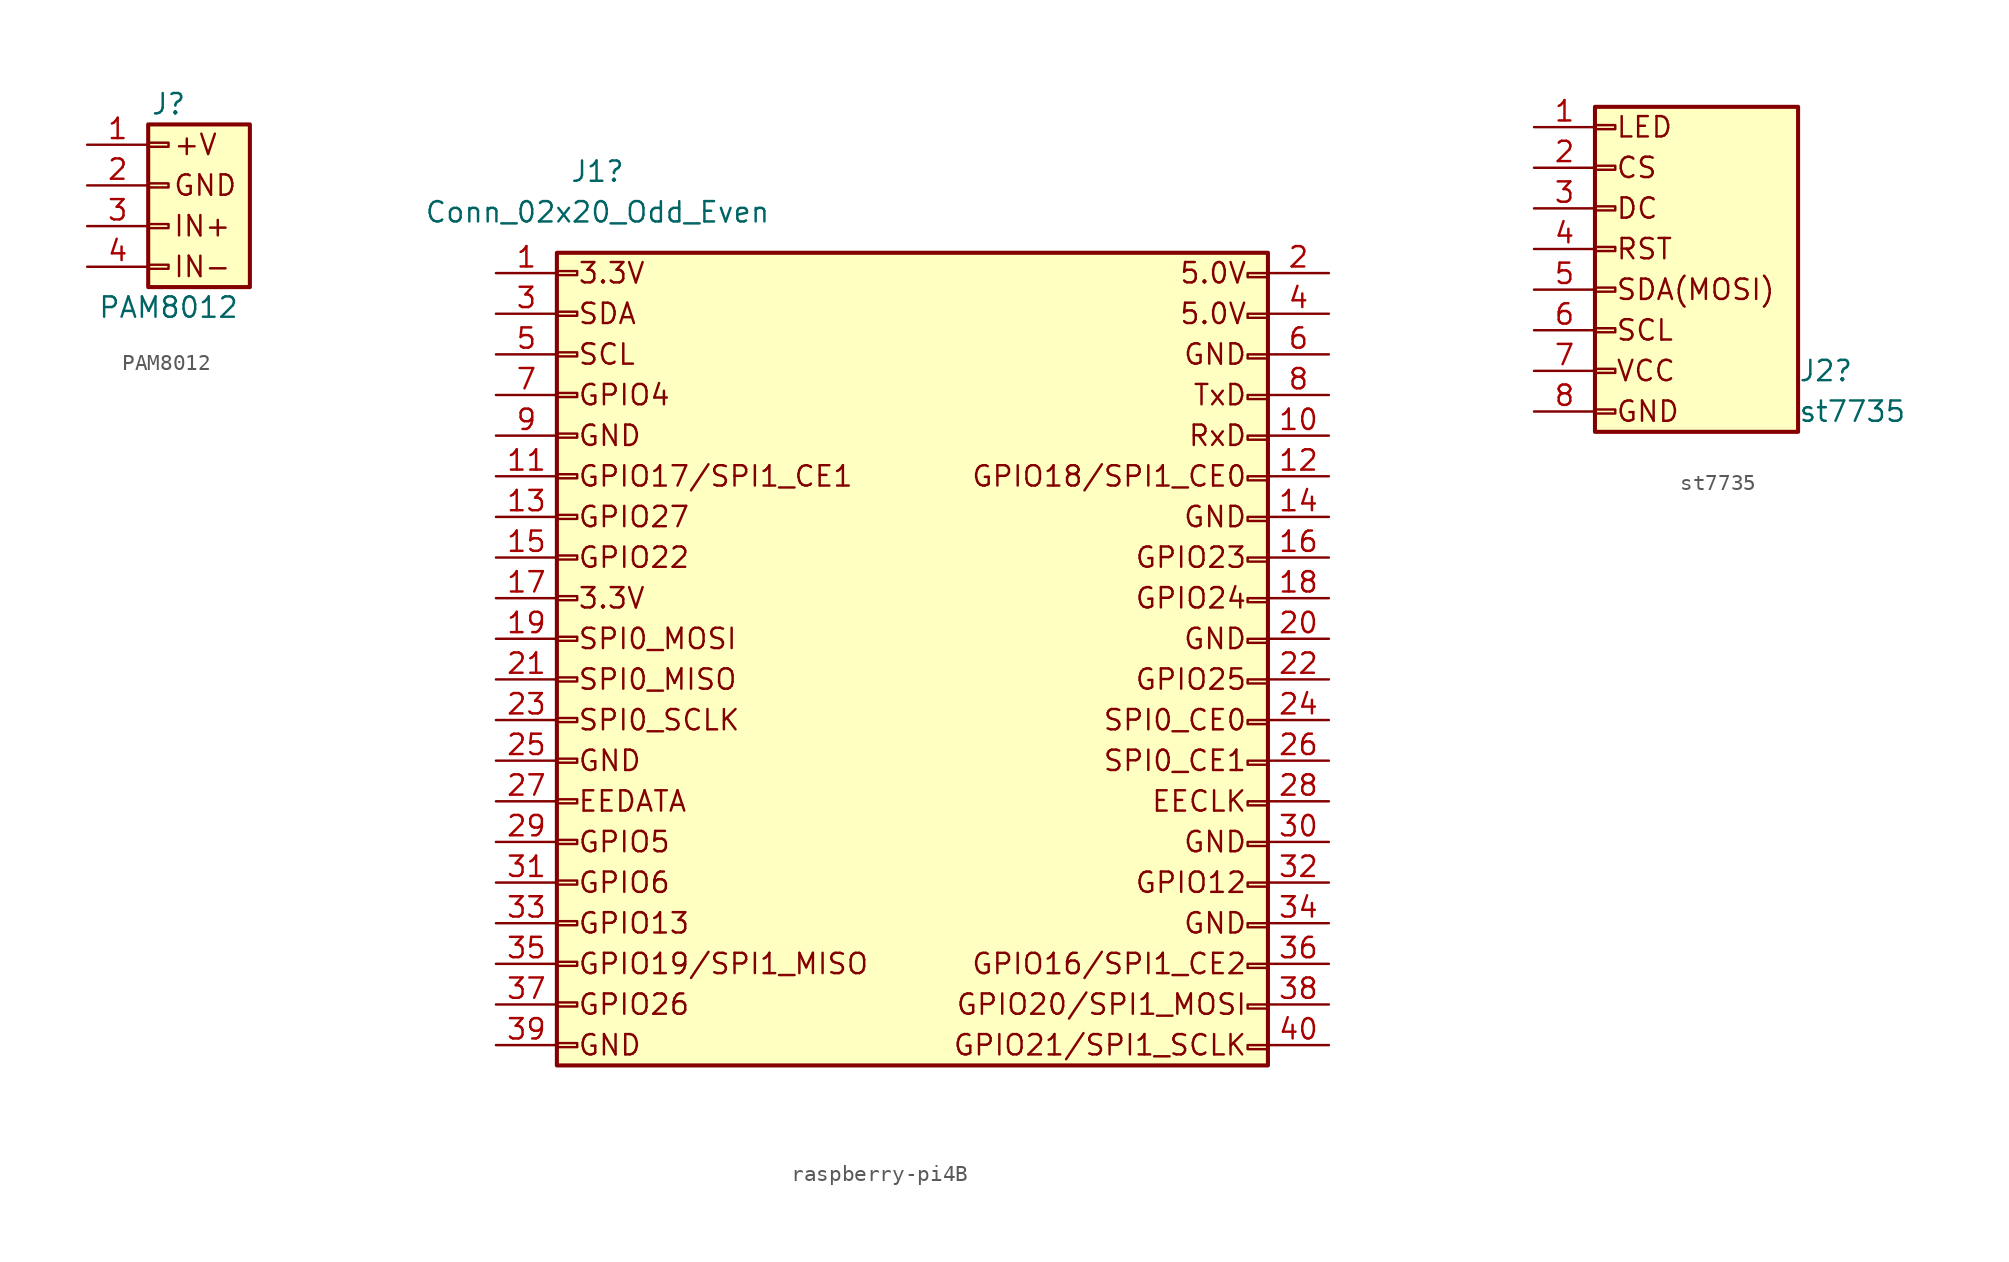
<source format=kicad_sym>
(kicad_symbol_lib
  (version 20231120)
  (generator "kicad_symbol_editor")
  (generator_version "8.0")
  (symbol "PAM8012"
    (pin_names
      (offset 1.016) hide)
    (property "Reference" "J"
      (at 0 5.08 0)
      (effects (font (size 1.27 1.27))))
    (property "Value" "PAM8012"
      (at 0 -7.62 0)
      (effects (font (size 1.27 1.27))))
    (symbol "PAM8012_1_0"
      (text "IN+" (at 0.254 -2.54 0) (effects (font (size 1.27 1.27)) (justify left))))
    (symbol "PAM8012_1_1"
      (rectangle (start -1.27 -4.953) (end 0 -5.207) (stroke (width 0.152) (type default)) (fill (type none)))
      (rectangle (start -1.27 -2.413) (end 0 -2.667) (stroke (width 0.152) (type default)) (fill (type none)))
      (rectangle (start -1.27 0.127) (end 0 -0.127) (stroke (width 0.152) (type default)) (fill (type none)))
      (rectangle (start -1.27 2.667) (end 0 2.413) (stroke (width 0.152) (type default)) (fill (type none)))
      (rectangle (start -1.27 3.81) (end 5.08 -6.35) (stroke (width 0.254) (type default)) (fill (type background)))
      (text "+V" (at 0.254 2.54 0) (effects (font (size 1.27 1.27)) (justify left)))
      (text "GND" (at 0.254 0 0) (effects (font (size 1.27 1.27)) (justify left)))
      (text "IN-" (at 0.254 -5.08 0) (effects (font (size 1.27 1.27)) (justify left)))
      (pin passive line (at -5.08 2.54 0) (length 3.81) (name "Pin_1" (effects (font (size 1.27 1.27)))) (number "1" (effects (font (size 1.27 1.27)))))
      (pin power_in line (at -5.08 0 0) (length 3.81) (name "Pin_2" (effects (font (size 1.27 1.27)))) (number "2" (effects (font (size 1.27 1.27)))))
      (pin passive line (at -5.08 -2.54 0) (length 3.81) (name "Pin_3" (effects (font (size 1.27 1.27)))) (number "3" (effects (font (size 1.27 1.27)))))
      (pin passive line (at -5.08 -5.08 0) (length 3.81) (name "Pin_4" (effects (font (size 1.27 1.27)))) (number "4" (effects (font (size 1.27 1.27)))))))
  (symbol "raspberry-pi4B"
    (pin_names
      (offset 1.016) hide)
    (property "Reference" "J1"
      (at 1.27 29.21 0)
      (effects (font (size 1.27 1.27))))
    (property "Value" "Conn_02x20_Odd_Even"
      (at 1.27 26.67 0)
      (effects (font (size 1.27 1.27))))
    (symbol "raspberry-pi4B_1_1"
      (rectangle (start -1.27 -25.273) (end 0 -25.527) (stroke (width 0.152) (type default)) (fill (type none)))
      (rectangle (start -1.27 -22.733) (end 0 -22.987) (stroke (width 0.152) (type default)) (fill (type none)))
      (rectangle (start -1.27 -20.193) (end 0 -20.447) (stroke (width 0.152) (type default)) (fill (type none)))
      (rectangle (start -1.27 -17.653) (end 0 -17.907) (stroke (width 0.152) (type default)) (fill (type none)))
      (rectangle (start -1.27 -15.113) (end 0 -15.367) (stroke (width 0.152) (type default)) (fill (type none)))
      (rectangle (start -1.27 -12.573) (end 0 -12.827) (stroke (width 0.152) (type default)) (fill (type none)))
      (rectangle (start -1.27 -10.033) (end 0 -10.287) (stroke (width 0.152) (type default)) (fill (type none)))
      (rectangle (start -1.27 -7.493) (end 0 -7.747) (stroke (width 0.152) (type default)) (fill (type none)))
      (rectangle (start -1.27 -4.953) (end 0 -5.207) (stroke (width 0.152) (type default)) (fill (type none)))
      (rectangle (start -1.27 -2.413) (end 0 -2.667) (stroke (width 0.152) (type default)) (fill (type none)))
      (rectangle (start -1.27 0.127) (end 0 -0.127) (stroke (width 0.152) (type default)) (fill (type none)))
      (rectangle (start -1.27 2.667) (end 0 2.413) (stroke (width 0.152) (type default)) (fill (type none)))
      (rectangle (start -1.27 5.207) (end 0 4.953) (stroke (width 0.152) (type default)) (fill (type none)))
      (rectangle (start -1.27 7.747) (end 0 7.493) (stroke (width 0.152) (type default)) (fill (type none)))
      (rectangle (start -1.27 10.287) (end 0 10.033) (stroke (width 0.152) (type default)) (fill (type none)))
      (rectangle (start -1.27 12.827) (end 0 12.573) (stroke (width 0.152) (type default)) (fill (type none)))
      (rectangle (start -1.27 15.367) (end 0 15.113) (stroke (width 0.152) (type default)) (fill (type none)))
      (rectangle (start -1.27 17.907) (end 0 17.653) (stroke (width 0.152) (type default)) (fill (type none)))
      (rectangle (start -1.27 20.447) (end 0 20.193) (stroke (width 0.152) (type default)) (fill (type none)))
      (rectangle (start -1.27 22.987) (end 0 22.733) (stroke (width 0.152) (type default)) (fill (type none)))
      (rectangle (start -1.27 24.13) (end 43.18 -26.67) (stroke (width 0.254) (type default)) (fill (type background)))
      (rectangle (start 41.91 22.86) (end 43.18 22.606) (stroke (width 0.152) (type default)) (fill (type none)))
      (rectangle (start 43.18 -25.4) (end 41.91 -25.654) (stroke (width 0.152) (type default)) (fill (type none)))
      (rectangle (start 43.18 -22.86) (end 41.91 -23.114) (stroke (width 0.152) (type default)) (fill (type none)))
      (rectangle (start 43.18 -20.32) (end 41.91 -20.574) (stroke (width 0.152) (type default)) (fill (type none)))
      (rectangle (start 43.18 -17.78) (end 41.91 -18.034) (stroke (width 0.152) (type default)) (fill (type none)))
      (rectangle (start 43.18 -15.24) (end 41.91 -15.494) (stroke (width 0.152) (type default)) (fill (type none)))
      (rectangle (start 43.18 -12.7) (end 41.91 -12.954) (stroke (width 0.152) (type default)) (fill (type none)))
      (rectangle (start 43.18 -10.16) (end 41.91 -10.414) (stroke (width 0.152) (type default)) (fill (type none)))
      (rectangle (start 43.18 -7.62) (end 41.91 -7.874) (stroke (width 0.152) (type default)) (fill (type none)))
      (rectangle (start 43.18 -5.08) (end 41.91 -5.334) (stroke (width 0.152) (type default)) (fill (type none)))
      (rectangle (start 43.18 -2.54) (end 41.91 -2.794) (stroke (width 0.152) (type default)) (fill (type none)))
      (rectangle (start 43.18 0) (end 41.91 -0.254) (stroke (width 0.152) (type default)) (fill (type none)))
      (rectangle (start 43.18 2.54) (end 41.91 2.286) (stroke (width 0.152) (type default)) (fill (type none)))
      (rectangle (start 43.18 5.08) (end 41.91 4.826) (stroke (width 0.152) (type default)) (fill (type none)))
      (rectangle (start 43.18 7.62) (end 41.91 7.366) (stroke (width 0.152) (type default)) (fill (type none)))
      (rectangle (start 43.18 10.16) (end 41.91 9.906) (stroke (width 0.152) (type default)) (fill (type none)))
      (rectangle (start 43.18 12.7) (end 41.91 12.446) (stroke (width 0.152) (type default)) (fill (type none)))
      (rectangle (start 43.18 15.24) (end 41.91 14.986) (stroke (width 0.152) (type default)) (fill (type none)))
      (rectangle (start 43.18 17.78) (end 41.91 17.526) (stroke (width 0.152) (type default)) (fill (type none)))
      (rectangle (start 43.18 20.32) (end 41.91 20.066) (stroke (width 0.152) (type default)) (fill (type none)))
      (text "3.3V" (at 0 2.54 0) (effects (font (size 1.27 1.27)) (justify left)))
      (text "3.3V" (at 0 22.86 0) (effects (font (size 1.27 1.27)) (justify left)))
      (text "5.0V" (at 41.91 20.32 0) (effects (font (size 1.27 1.27)) (justify right)))
      (text "5.0V" (at 41.91 22.86 0) (effects (font (size 1.27 1.27)) (justify right)))
      (text "EECLK" (at 41.91 -10.16 0) (effects (font (size 1.27 1.27)) (justify right)))
      (text "EEDATA" (at 0 -10.16 0) (effects (font (size 1.27 1.27)) (justify left)))
      (text "GND" (at 0 -25.4 0) (effects (font (size 1.27 1.27)) (justify left)))
      (text "GND" (at 0 -7.62 0) (effects (font (size 1.27 1.27)) (justify left)))
      (text "GND" (at 0 12.7 0) (effects (font (size 1.27 1.27)) (justify left)))
      (text "GND" (at 41.91 -17.78 0) (effects (font (size 1.27 1.27)) (justify right)))
      (text "GND" (at 41.91 -12.7 0) (effects (font (size 1.27 1.27)) (justify right)))
      (text "GND" (at 41.91 0 0) (effects (font (size 1.27 1.27)) (justify right)))
      (text "GND" (at 41.91 7.62 0) (effects (font (size 1.27 1.27)) (justify right)))
      (text "GND" (at 41.91 17.78 0) (effects (font (size 1.27 1.27)) (justify right)))
      (text "GPIO12" (at 41.91 -15.24 0) (effects (font (size 1.27 1.27)) (justify right)))
      (text "GPIO13" (at 0 -17.78 0) (effects (font (size 1.27 1.27)) (justify left)))
      (text "GPIO16/SPI1_CE2" (at 41.91 -20.32 0) (effects (font (size 1.27 1.27)) (justify right)))
      (text "GPIO17/SPI1_CE1" (at 0 10.16 0) (effects (font (size 1.27 1.27)) (justify left)))
      (text "GPIO18/SPI1_CE0" (at 41.91 10.16 0) (effects (font (size 1.27 1.27)) (justify right)))
      (text "GPIO19/SPI1_MISO" (at 0 -20.32 0) (effects (font (size 1.27 1.27)) (justify left)))
      (text "GPIO20/SPI1_MOSI" (at 41.91 -22.86 0) (effects (font (size 1.27 1.27)) (justify right)))
      (text "GPIO21/SPI1_SCLK" (at 41.91 -25.4 0) (effects (font (size 1.27 1.27)) (justify right)))
      (text "GPIO22" (at 0 5.08 0) (effects (font (size 1.27 1.27)) (justify left)))
      (text "GPIO23" (at 41.91 5.08 0) (effects (font (size 1.27 1.27)) (justify right)))
      (text "GPIO24" (at 41.91 2.54 0) (effects (font (size 1.27 1.27)) (justify right)))
      (text "GPIO25" (at 41.91 -2.54 0) (effects (font (size 1.27 1.27)) (justify right)))
      (text "GPIO26" (at 0 -22.86 0) (effects (font (size 1.27 1.27)) (justify left)))
      (text "GPIO27" (at 0 7.62 0) (effects (font (size 1.27 1.27)) (justify left)))
      (text "GPIO4" (at 0 15.24 0) (effects (font (size 1.27 1.27)) (justify left)))
      (text "GPIO5" (at 0 -12.7 0) (effects (font (size 1.27 1.27)) (justify left)))
      (text "GPIO6" (at 0 -15.24 0) (effects (font (size 1.27 1.27)) (justify left)))
      (text "RxD" (at 41.91 12.7 0) (effects (font (size 1.27 1.27)) (justify right)))
      (text "SCL" (at 0 17.78 0) (effects (font (size 1.27 1.27)) (justify left)))
      (text "SDA" (at 0 20.32 0) (effects (font (size 1.27 1.27)) (justify left)))
      (text "SPI0_CE0" (at 41.91 -5.08 0) (effects (font (size 1.27 1.27)) (justify right)))
      (text "SPI0_CE1" (at 41.91 -7.62 0) (effects (font (size 1.27 1.27)) (justify right)))
      (text "SPI0_MISO" (at 0 -2.54 0) (effects (font (size 1.27 1.27)) (justify left)))
      (text "SPI0_MOSI" (at 0 0 0) (effects (font (size 1.27 1.27)) (justify left)))
      (text "SPI0_SCLK" (at 0 -5.08 0) (effects (font (size 1.27 1.27)) (justify left)))
      (text "TxD" (at 41.91 15.24 0) (effects (font (size 1.27 1.27)) (justify right)))
      (pin passive line (at -5.08 22.86 0) (length 3.81) (name "Pin_1" (effects (font (size 1.27 1.27)))) (number "1" (effects (font (size 1.27 1.27)))))
      (pin passive line (at 46.99 12.7 180) (length 3.81) (name "Pin_10" (effects (font (size 1.27 1.27)))) (number "10" (effects (font (size 1.27 1.27)))))
      (pin passive line (at -5.08 10.16 0) (length 3.81) (name "Pin_11" (effects (font (size 1.27 1.27)))) (number "11" (effects (font (size 1.27 1.27)))))
      (pin passive line (at 46.99 10.16 180) (length 3.81) (name "Pin_12" (effects (font (size 1.27 1.27)))) (number "12" (effects (font (size 1.27 1.27)))))
      (pin passive line (at -5.08 7.62 0) (length 3.81) (name "Pin_13" (effects (font (size 1.27 1.27)))) (number "13" (effects (font (size 1.27 1.27)))))
      (pin passive line (at 46.99 7.62 180) (length 3.81) (name "Pin_14" (effects (font (size 1.27 1.27)))) (number "14" (effects (font (size 1.27 1.27)))))
      (pin passive line (at -5.08 5.08 0) (length 3.81) (name "Pin_15" (effects (font (size 1.27 1.27)))) (number "15" (effects (font (size 1.27 1.27)))))
      (pin passive line (at 46.99 5.08 180) (length 3.81) (name "Pin_16" (effects (font (size 1.27 1.27)))) (number "16" (effects (font (size 1.27 1.27)))))
      (pin passive line (at -5.08 2.54 0) (length 3.81) (name "Pin_17" (effects (font (size 1.27 1.27)))) (number "17" (effects (font (size 1.27 1.27)))))
      (pin passive line (at 46.99 2.54 180) (length 3.81) (name "Pin_18" (effects (font (size 1.27 1.27)))) (number "18" (effects (font (size 1.27 1.27)))))
      (pin passive line (at -5.08 0 0) (length 3.81) (name "Pin_19" (effects (font (size 1.27 1.27)))) (number "19" (effects (font (size 1.27 1.27)))))
      (pin passive line (at 46.99 22.86 180) (length 3.81) (name "Pin_2" (effects (font (size 1.27 1.27)))) (number "2" (effects (font (size 1.27 1.27)))))
      (pin passive line (at 46.99 0 180) (length 3.81) (name "Pin_20" (effects (font (size 1.27 1.27)))) (number "20" (effects (font (size 1.27 1.27)))))
      (pin passive line (at -5.08 -2.54 0) (length 3.81) (name "Pin_21" (effects (font (size 1.27 1.27)))) (number "21" (effects (font (size 1.27 1.27)))))
      (pin passive line (at 46.99 -2.54 180) (length 3.81) (name "Pin_22" (effects (font (size 1.27 1.27)))) (number "22" (effects (font (size 1.27 1.27)))))
      (pin passive line (at -5.08 -5.08 0) (length 3.81) (name "Pin_23" (effects (font (size 1.27 1.27)))) (number "23" (effects (font (size 1.27 1.27)))))
      (pin passive line (at 46.99 -5.08 180) (length 3.81) (name "Pin_24" (effects (font (size 1.27 1.27)))) (number "24" (effects (font (size 1.27 1.27)))))
      (pin passive line (at -5.08 -7.62 0) (length 3.81) (name "Pin_25" (effects (font (size 1.27 1.27)))) (number "25" (effects (font (size 1.27 1.27)))))
      (pin passive line (at 46.99 -7.62 180) (length 3.81) (name "Pin_26" (effects (font (size 1.27 1.27)))) (number "26" (effects (font (size 1.27 1.27)))))
      (pin passive line (at -5.08 -10.16 0) (length 3.81) (name "Pin_27" (effects (font (size 1.27 1.27)))) (number "27" (effects (font (size 1.27 1.27)))))
      (pin passive line (at 46.99 -10.16 180) (length 3.81) (name "Pin_28" (effects (font (size 1.27 1.27)))) (number "28" (effects (font (size 1.27 1.27)))))
      (pin passive line (at -5.08 -12.7 0) (length 3.81) (name "Pin_29" (effects (font (size 1.27 1.27)))) (number "29" (effects (font (size 1.27 1.27)))))
      (pin passive line (at -5.08 20.32 0) (length 3.81) (name "Pin_3" (effects (font (size 1.27 1.27)))) (number "3" (effects (font (size 1.27 1.27)))))
      (pin passive line (at 46.99 -12.7 180) (length 3.81) (name "Pin_30" (effects (font (size 1.27 1.27)))) (number "30" (effects (font (size 1.27 1.27)))))
      (pin passive line (at -5.08 -15.24 0) (length 3.81) (name "Pin_31" (effects (font (size 1.27 1.27)))) (number "31" (effects (font (size 1.27 1.27)))))
      (pin passive line (at 46.99 -15.24 180) (length 3.81) (name "Pin_32" (effects (font (size 1.27 1.27)))) (number "32" (effects (font (size 1.27 1.27)))))
      (pin passive line (at -5.08 -17.78 0) (length 3.81) (name "Pin_33" (effects (font (size 1.27 1.27)))) (number "33" (effects (font (size 1.27 1.27)))))
      (pin passive line (at 46.99 -17.78 180) (length 3.81) (name "Pin_34" (effects (font (size 1.27 1.27)))) (number "34" (effects (font (size 1.27 1.27)))))
      (pin passive line (at -5.08 -20.32 0) (length 3.81) (name "Pin_35" (effects (font (size 1.27 1.27)))) (number "35" (effects (font (size 1.27 1.27)))))
      (pin passive line (at 46.99 -20.32 180) (length 3.81) (name "Pin_36" (effects (font (size 1.27 1.27)))) (number "36" (effects (font (size 1.27 1.27)))))
      (pin passive line (at -5.08 -22.86 0) (length 3.81) (name "Pin_37" (effects (font (size 1.27 1.27)))) (number "37" (effects (font (size 1.27 1.27)))))
      (pin passive line (at 46.99 -22.86 180) (length 3.81) (name "Pin_38" (effects (font (size 1.27 1.27)))) (number "38" (effects (font (size 1.27 1.27)))))
      (pin passive line (at -5.08 -25.4 0) (length 3.81) (name "Pin_39" (effects (font (size 1.27 1.27)))) (number "39" (effects (font (size 1.27 1.27)))))
      (pin passive line (at 46.99 20.32 180) (length 3.81) (name "Pin_4" (effects (font (size 1.27 1.27)))) (number "4" (effects (font (size 1.27 1.27)))))
      (pin passive line (at 46.99 -25.4 180) (length 3.81) (name "Pin_40" (effects (font (size 1.27 1.27)))) (number "40" (effects (font (size 1.27 1.27)))))
      (pin passive line (at -5.08 17.78 0) (length 3.81) (name "Pin_5" (effects (font (size 1.27 1.27)))) (number "5" (effects (font (size 1.27 1.27)))))
      (pin passive line (at 46.99 17.78 180) (length 3.81) (name "Pin_6" (effects (font (size 1.27 1.27)))) (number "6" (effects (font (size 1.27 1.27)))))
      (pin passive line (at -5.08 15.24 0) (length 3.81) (name "Pin_7" (effects (font (size 1.27 1.27)))) (number "7" (effects (font (size 1.27 1.27)))))
      (pin passive line (at 46.99 15.24 180) (length 3.81) (name "Pin_8" (effects (font (size 1.27 1.27)))) (number "8" (effects (font (size 1.27 1.27)))))
      (pin passive line (at -5.08 12.7 0) (length 3.81) (name "Pin_9" (effects (font (size 1.27 1.27)))) (number "9" (effects (font (size 1.27 1.27)))))))
  (symbol "st7735"
    (pin_names
      (offset 1.016) hide)
    (property "Reference" "J2"
      (at 11.43 -7.62 0)
      (effects (font (size 1.27 1.27)) (justify left)))
    (property "Value" "st7735"
      (at 11.43 -10.16 0)
      (effects (font (size 1.27 1.27)) (justify left)))
    (symbol "st7735_1_1"
      (rectangle (start -1.27 -10.033) (end 0 -10.287) (stroke (width 0.152) (type default)) (fill (type none)))
      (rectangle (start -1.27 -7.493) (end 0 -7.747) (stroke (width 0.152) (type default)) (fill (type none)))
      (rectangle (start -1.27 -4.953) (end 0 -5.207) (stroke (width 0.152) (type default)) (fill (type none)))
      (rectangle (start -1.27 -2.413) (end 0 -2.667) (stroke (width 0.152) (type default)) (fill (type none)))
      (rectangle (start -1.27 0.127) (end 0 -0.127) (stroke (width 0.152) (type default)) (fill (type none)))
      (rectangle (start -1.27 2.667) (end 0 2.413) (stroke (width 0.152) (type default)) (fill (type none)))
      (rectangle (start -1.27 5.207) (end 0 4.953) (stroke (width 0.152) (type default)) (fill (type none)))
      (rectangle (start -1.27 7.747) (end 0 7.493) (stroke (width 0.152) (type default)) (fill (type none)))
      (rectangle (start -1.27 8.89) (end 11.43 -11.43) (stroke (width 0.254) (type default)) (fill (type background)))
      (text "CS" (at 0 5.08 0) (effects (font (size 1.27 1.27)) (justify left)))
      (text "DC" (at 0 2.54 0) (effects (font (size 1.27 1.27)) (justify left)))
      (text "GND" (at 0 -10.16 0) (effects (font (size 1.27 1.27)) (justify left)))
      (text "LED" (at 0 7.62 0) (effects (font (size 1.27 1.27)) (justify left)))
      (text "RST" (at 0 0 0) (effects (font (size 1.27 1.27)) (justify left)))
      (text "SCL" (at 0 -5.08 0) (effects (font (size 1.27 1.27)) (justify left)))
      (text "SDA(MOSI)" (at 0 -2.54 0) (effects (font (size 1.27 1.27)) (justify left)))
      (text "VCC" (at 0 -7.62 0) (effects (font (size 1.27 1.27)) (justify left)))
      (pin passive line (at -5.08 7.62 0) (length 3.81) (name "Pin_1" (effects (font (size 1.27 1.27)))) (number "1" (effects (font (size 1.27 1.27)))))
      (pin passive line (at -5.08 5.08 0) (length 3.81) (name "Pin_2" (effects (font (size 1.27 1.27)))) (number "2" (effects (font (size 1.27 1.27)))))
      (pin passive line (at -5.08 2.54 0) (length 3.81) (name "Pin_3" (effects (font (size 1.27 1.27)))) (number "3" (effects (font (size 1.27 1.27)))))
      (pin passive line (at -5.08 0 0) (length 3.81) (name "Pin_4" (effects (font (size 1.27 1.27)))) (number "4" (effects (font (size 1.27 1.27)))))
      (pin passive line (at -5.08 -2.54 0) (length 3.81) (name "Pin_5" (effects (font (size 1.27 1.27)))) (number "5" (effects (font (size 1.27 1.27)))))
      (pin passive line (at -5.08 -5.08 0) (length 3.81) (name "Pin_6" (effects (font (size 1.27 1.27)))) (number "6" (effects (font (size 1.27 1.27)))))
      (pin passive line (at -5.08 -7.62 0) (length 3.81) (name "Pin_7" (effects (font (size 1.27 1.27)))) (number "7" (effects (font (size 1.27 1.27)))))
      (pin passive line (at -5.08 -10.16 0) (length 3.81) (name "Pin_8" (effects (font (size 1.27 1.27)))) (number "8" (effects (font (size 1.27 1.27))))))))
</source>
